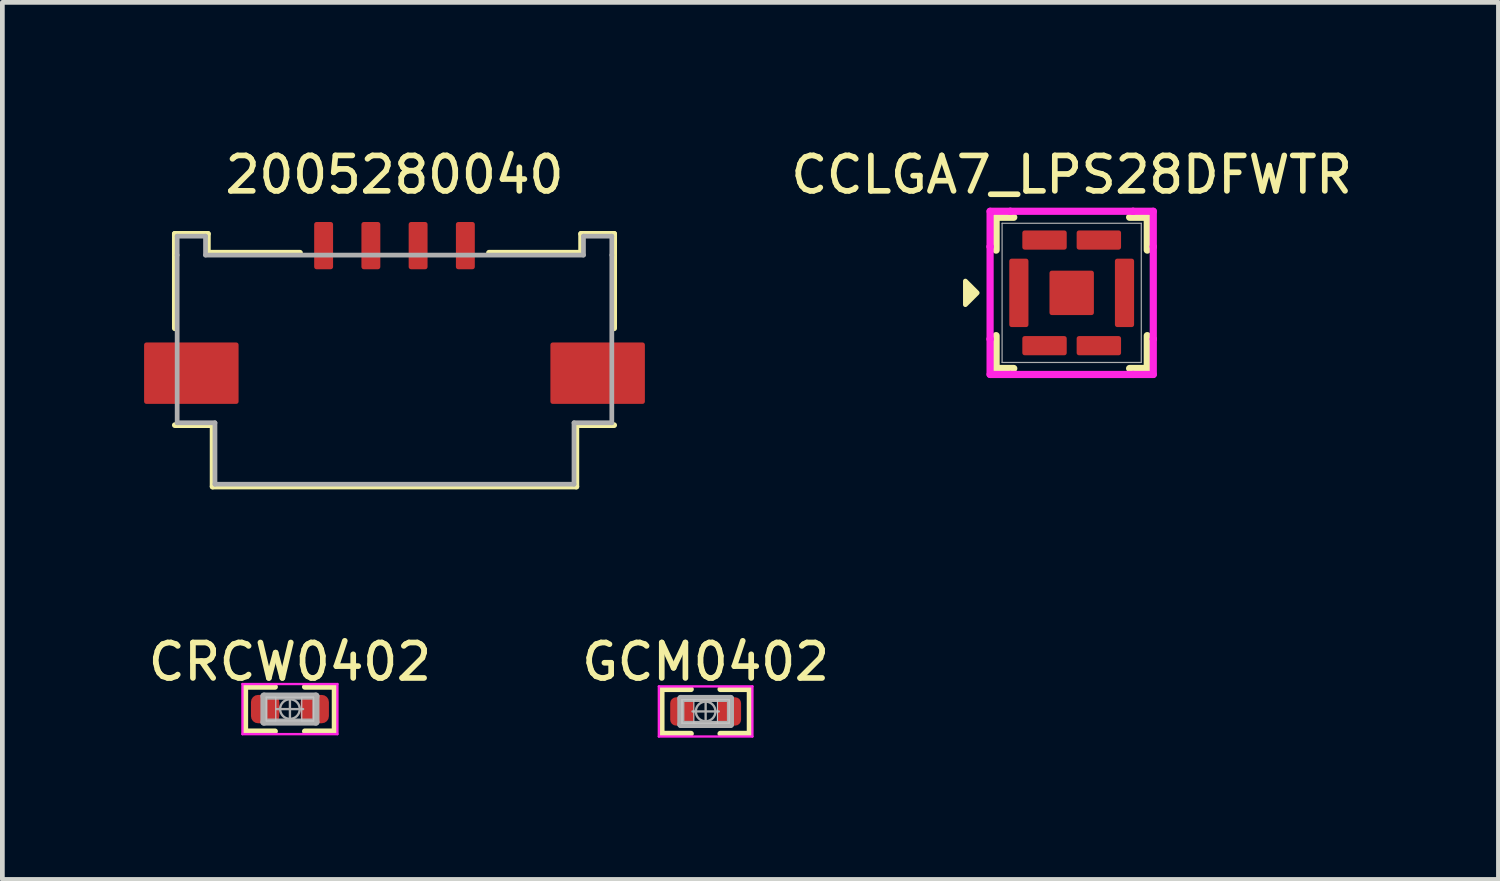
<source format=kicad_pcb>
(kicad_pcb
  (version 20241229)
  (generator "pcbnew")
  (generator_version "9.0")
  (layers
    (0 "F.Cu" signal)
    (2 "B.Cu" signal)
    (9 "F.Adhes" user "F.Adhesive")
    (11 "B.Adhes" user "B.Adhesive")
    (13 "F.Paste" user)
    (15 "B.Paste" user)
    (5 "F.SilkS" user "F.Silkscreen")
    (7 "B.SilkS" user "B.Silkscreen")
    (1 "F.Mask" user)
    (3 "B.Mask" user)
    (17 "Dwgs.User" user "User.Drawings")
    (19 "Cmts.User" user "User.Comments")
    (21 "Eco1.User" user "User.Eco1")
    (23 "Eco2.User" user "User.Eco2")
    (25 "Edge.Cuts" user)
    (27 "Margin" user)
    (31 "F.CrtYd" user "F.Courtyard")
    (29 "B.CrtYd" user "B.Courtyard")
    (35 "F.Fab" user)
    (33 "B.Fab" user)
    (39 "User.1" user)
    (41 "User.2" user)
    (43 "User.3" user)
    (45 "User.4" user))
  (footprint "CCLGA7_LPS28DFWTR"
    (layer "F.Cu")
    (at 19.634 3.149)
    (property "Reference" "CCLGA7_LPS28DFWTR" (at 0 -2.5 0) (unlocked yes) (layer "F.SilkS") (effects (font (size 0.75 0.75) (thickness 0.12))))
    (attr smd)
    (fp_line (start -1.6 -1.6) (end -1.6 -0.905) (stroke (width 0.152) (type solid)) (layer "F.SilkS"))
    (fp_line (start -1.6 0.905) (end -1.6 1.6) (stroke (width 0.152) (type solid)) (layer "F.SilkS"))
    (fp_line (start -1.6 1.6) (end -1.226 1.6) (stroke (width 0.152) (type solid)) (layer "F.SilkS"))
    (fp_line (start -1.226 -1.6) (end -1.6 -1.6) (stroke (width 0.152) (type solid)) (layer "F.SilkS"))
    (fp_line (start 1.226 1.6) (end 1.6 1.6) (stroke (width 0.152) (type solid)) (layer "F.SilkS"))
    (fp_line (start 1.6 -1.6) (end 1.226 -1.6) (stroke (width 0.152) (type solid)) (layer "F.SilkS"))
    (fp_line (start 1.6 -0.905) (end 1.6 -1.6) (stroke (width 0.152) (type solid)) (layer "F.SilkS"))
    (fp_line (start 1.6 1.6) (end 1.6 0.905) (stroke (width 0.152) (type solid)) (layer "F.SilkS"))
    (fp_poly (pts (xy -2 0) (xy -2.25 0.25) (xy -2.25 -0.25)) (stroke (width 0.1) (type solid)) (fill yes) (layer "F.SilkS"))
    (fp_line (start -1.727 -1.727) (end -1.299 -1.727) (stroke (width 0.152) (type solid)) (layer "F.CrtYd"))
    (fp_line (start -1.727 -0.978) (end -1.727 -1.727) (stroke (width 0.152) (type solid)) (layer "F.CrtYd"))
    (fp_line (start -1.727 -0.978) (end -1.727 -0.978) (stroke (width 0.152) (type solid)) (layer "F.CrtYd"))
    (fp_line (start -1.727 0.978) (end -1.727 -0.978) (stroke (width 0.152) (type solid)) (layer "F.CrtYd"))
    (fp_line (start -1.727 0.978) (end -1.727 0.978) (stroke (width 0.152) (type solid)) (layer "F.CrtYd"))
    (fp_line (start -1.727 1.727) (end -1.727 0.978) (stroke (width 0.152) (type solid)) (layer "F.CrtYd"))
    (fp_line (start -1.727 1.727) (end -1.299 1.727) (stroke (width 0.152) (type solid)) (layer "F.CrtYd"))
    (fp_line (start -1.299 -1.727) (end -1.299 -1.727) (stroke (width 0.152) (type solid)) (layer "F.CrtYd"))
    (fp_line (start -1.299 -1.727) (end 1.299 -1.727) (stroke (width 0.152) (type solid)) (layer "F.CrtYd"))
    (fp_line (start -1.299 1.727) (end -1.299 1.727) (stroke (width 0.152) (type solid)) (layer "F.CrtYd"))
    (fp_line (start -1.299 1.727) (end 1.299 1.727) (stroke (width 0.152) (type solid)) (layer "F.CrtYd"))
    (fp_line (start 1.299 -1.727) (end 1.299 -1.727) (stroke (width 0.152) (type solid)) (layer "F.CrtYd"))
    (fp_line (start 1.299 -1.727) (end 1.727 -1.727) (stroke (width 0.152) (type solid)) (layer "F.CrtYd"))
    (fp_line (start 1.299 1.727) (end 1.299 1.727) (stroke (width 0.152) (type solid)) (layer "F.CrtYd"))
    (fp_line (start 1.299 1.727) (end 1.727 1.727) (stroke (width 0.152) (type solid)) (layer "F.CrtYd"))
    (fp_line (start 1.727 -0.978) (end 1.727 -1.727) (stroke (width 0.152) (type solid)) (layer "F.CrtYd"))
    (fp_line (start 1.727 -0.978) (end 1.727 -0.978) (stroke (width 0.152) (type solid)) (layer "F.CrtYd"))
    (fp_line (start 1.727 0.978) (end 1.727 -0.978) (stroke (width 0.152) (type solid)) (layer "F.CrtYd"))
    (fp_line (start 1.727 0.978) (end 1.727 0.978) (stroke (width 0.152) (type solid)) (layer "F.CrtYd"))
    (fp_line (start 1.727 1.727) (end 1.727 0.978) (stroke (width 0.152) (type solid)) (layer "F.CrtYd"))
    (fp_line (start -1.473 -1.473) (end -1.473 1.473) (stroke (width 0.025) (type solid)) (layer "F.Fab"))
    (fp_line (start -1.473 1.473) (end 1.473 1.473) (stroke (width 0.025) (type solid)) (layer "F.Fab"))
    (fp_line (start 1.473 -1.473) (end -1.473 -1.473) (stroke (width 0.025) (type solid)) (layer "F.Fab"))
    (fp_line (start 1.473 1.473) (end 1.473 -1.473) (stroke (width 0.025) (type solid)) (layer "F.Fab"))
    (pad "1" smd roundrect (at -1.118 0 90) (size 1.448 0.406) (layers "F.Cu" "F.Mask" "F.Paste") (roundrect_rratio 0.123))
    (pad "2" smd roundrect (at -0.575 1.118) (size 0.94 0.406) (layers "F.Cu" "F.Mask" "F.Paste") (roundrect_rratio 0.123))
    (pad "3" smd roundrect (at 0.575 1.118) (size 0.94 0.406) (layers "F.Cu" "F.Mask" "F.Paste") (roundrect_rratio 0.123))
    (pad "4" smd roundrect (at 1.118 0 90) (size 1.448 0.406) (layers "F.Cu" "F.Mask" "F.Paste") (roundrect_rratio 0.123))
    (pad "5" smd roundrect (at 0.575 -1.118) (size 0.94 0.406) (layers "F.Cu" "F.Mask" "F.Paste") (roundrect_rratio 0.123))
    (pad "6" smd roundrect (at -0.575 -1.118) (size 0.94 0.406) (layers "F.Cu" "F.Mask" "F.Paste") (roundrect_rratio 0.123))
    (pad "7" smd roundrect (at 0 0) (size 0.94 0.94) (layers "F.Cu" "F.Mask" "F.Paste") (roundrect_rratio 0.053)))
  (footprint "2005280040"
    (layer "F.Cu")
    (at 5.3 2.149)
    (property "Reference" "2005280040" (at 0 -1.5 0) (unlocked yes) (layer "F.SilkS") (effects (font (size 0.75 0.75) (thickness 0.12))))
    (attr smd)
    (fp_line (start -4.65 -0.25) (end -4.65 1.75) (stroke (width 0.12) (type solid)) (layer "F.SilkS"))
    (fp_line (start -4.65 -0.25) (end -3.95 -0.25) (stroke (width 0.12) (type solid)) (layer "F.SilkS"))
    (fp_line (start -4.65 3.8) (end -3.85 3.8) (stroke (width 0.12) (type solid)) (layer "F.SilkS"))
    (fp_line (start -3.95 -0.25) (end -3.95 0.15) (stroke (width 0.12) (type solid)) (layer "F.SilkS"))
    (fp_line (start -3.95 0.15) (end -2 0.15) (stroke (width 0.12) (type solid)) (layer "F.SilkS"))
    (fp_line (start -3.85 3.8) (end -3.85 5.1) (stroke (width 0.12) (type solid)) (layer "F.SilkS"))
    (fp_line (start -3.85 5.1) (end 3.85 5.1) (stroke (width 0.12) (type solid)) (layer "F.SilkS"))
    (fp_line (start 2 0.15) (end 3.95 0.15) (stroke (width 0.12) (type solid)) (layer "F.SilkS"))
    (fp_line (start 3.85 3.8) (end 4.65 3.8) (stroke (width 0.12) (type solid)) (layer "F.SilkS"))
    (fp_line (start 3.85 5.1) (end 3.85 3.8) (stroke (width 0.12) (type solid)) (layer "F.SilkS"))
    (fp_line (start 3.95 -0.25) (end 4.65 -0.25) (stroke (width 0.12) (type solid)) (layer "F.SilkS"))
    (fp_line (start 3.95 0.15) (end 3.95 -0.25) (stroke (width 0.12) (type solid)) (layer "F.SilkS"))
    (fp_line (start 4.65 -0.25) (end 4.65 1.75) (stroke (width 0.12) (type solid)) (layer "F.SilkS"))
    (fp_line (start -4.6 -0.2) (end -4.6 0.2) (stroke (width 0.1) (type default)) (layer "F.Fab"))
    (fp_line (start -4.6 0.2) (end -4.6 3.75) (stroke (width 0.1) (type solid)) (layer "F.Fab"))
    (fp_line (start -4.6 3.75) (end -3.8 3.75) (stroke (width 0.1) (type default)) (layer "F.Fab"))
    (fp_line (start -4 -0.2) (end -4.6 -0.2) (stroke (width 0.1) (type default)) (layer "F.Fab"))
    (fp_line (start -4 0.2) (end -4 -0.2) (stroke (width 0.1) (type default)) (layer "F.Fab"))
    (fp_line (start -3.8 3.75) (end -3.8 5.05) (stroke (width 0.1) (type default)) (layer "F.Fab"))
    (fp_line (start 3.8 3.75) (end 3.8 5.05) (stroke (width 0.1) (type default)) (layer "F.Fab"))
    (fp_line (start 3.8 5.05) (end -3.8 5.05) (stroke (width 0.1) (type default)) (layer "F.Fab"))
    (fp_line (start 4 -0.2) (end 4 0.2) (stroke (width 0.1) (type default)) (layer "F.Fab"))
    (fp_line (start 4 0.2) (end -4 0.2) (stroke (width 0.1) (type default)) (layer "F.Fab"))
    (fp_line (start 4.6 -0.2) (end 4 -0.2) (stroke (width 0.1) (type default)) (layer "F.Fab"))
    (fp_line (start 4.6 0.2) (end 4.6 -0.2) (stroke (width 0.1) (type default)) (layer "F.Fab"))
    (fp_line (start 4.6 0.2) (end 4.6 3.75) (stroke (width 0.1) (type solid)) (layer "F.Fab"))
    (fp_line (start 4.6 3.75) (end 3.8 3.75) (stroke (width 0.1) (type default)) (layer "F.Fab"))
    (pad "" smd roundrect (at -4.3 2.7) (size 2 1.3) (layers "F.Cu" "F.Mask" "F.Paste") (roundrect_rratio 0.038))
    (pad "" smd roundrect (at 4.3 2.7) (size 2 1.3) (layers "F.Cu" "F.Mask" "F.Paste") (roundrect_rratio 0.038))
    (pad "1" smd roundrect (at -1.5 0) (size 0.4 1) (layers "F.Cu" "F.Mask" "F.Paste") (roundrect_rratio 0.125))
    (pad "2" smd roundrect (at -0.5 0) (size 0.4 1) (layers "F.Cu" "F.Mask" "F.Paste") (roundrect_rratio 0.125))
    (pad "3" smd roundrect (at 0.5 0) (size 0.4 1) (layers "F.Cu" "F.Mask" "F.Paste") (roundrect_rratio 0.125))
    (pad "4" smd roundrect (at 1.5 0) (size 0.4 1) (layers "F.Cu" "F.Mask" "F.Paste") (roundrect_rratio 0.125)))
  (footprint "CRCW0402"
    (layer "F.Cu")
    (at 3.087 11.959)
    (property "Reference" "CRCW0402" (at 0 -1 0) (layer "F.SilkS") (effects (font (size 0.75 0.75) (thickness 0.12))))
    (attr smd)
    (fp_line (start -0.945 -0.47) (end -0.315 -0.47) (stroke (width 0.12) (type solid)) (layer "F.SilkS"))
    (fp_line (start -0.945 0.47) (end -0.945 -0.47) (stroke (width 0.12) (type solid)) (layer "F.SilkS"))
    (fp_line (start -0.315 0.47) (end -0.945 0.47) (stroke (width 0.12) (type solid)) (layer "F.SilkS"))
    (fp_line (start 0.315 0.47) (end 0.945 0.47) (stroke (width 0.12) (type solid)) (layer "F.SilkS"))
    (fp_line (start 0.945 -0.47) (end 0.315 -0.47) (stroke (width 0.12) (type solid)) (layer "F.SilkS"))
    (fp_line (start 0.945 0.47) (end 0.945 -0.47) (stroke (width 0.12) (type solid)) (layer "F.SilkS"))
    (fp_line (start -0.5 -0.25) (end -0.3 -0.25) (stroke (width 0.025) (type solid)) (layer "Dwgs.User"))
    (fp_line (start -0.5 -0.25) (end 0.5 -0.25) (stroke (width 0.025) (type solid)) (layer "Dwgs.User"))
    (fp_line (start -0.5 0.25) (end -0.5 -0.25) (stroke (width 0.025) (type solid)) (layer "Dwgs.User"))
    (fp_line (start -0.5 0.25) (end -0.5 -0.25) (stroke (width 0.025) (type solid)) (layer "Dwgs.User"))
    (fp_line (start -0.3 -0.25) (end -0.3 0.25) (stroke (width 0.025) (type solid)) (layer "Dwgs.User"))
    (fp_line (start -0.3 0.25) (end -0.5 0.25) (stroke (width 0.025) (type solid)) (layer "Dwgs.User"))
    (fp_line (start 0.25 -0.25) (end 0.5 -0.25) (stroke (width 0.025) (type solid)) (layer "Dwgs.User"))
    (fp_line (start 0.25 0.25) (end 0.25 -0.25) (stroke (width 0.025) (type solid)) (layer "Dwgs.User"))
    (fp_line (start 0.5 -0.25) (end 0.5 0.25) (stroke (width 0.025) (type solid)) (layer "Dwgs.User"))
    (fp_line (start 0.5 -0.25) (end 0.5 0.25) (stroke (width 0.025) (type solid)) (layer "Dwgs.User"))
    (fp_line (start 0.5 0.25) (end -0.5 0.25) (stroke (width 0.025) (type solid)) (layer "Dwgs.User"))
    (fp_line (start 0.5 0.25) (end 0.25 0.25) (stroke (width 0.025) (type solid)) (layer "Dwgs.User"))
    (fp_line (start -1.005 -0.53) (end 1.005 -0.53) (stroke (width 0.05) (type solid)) (layer "F.CrtYd"))
    (fp_line (start -1.005 0.53) (end -1.005 -0.53) (stroke (width 0.05) (type solid)) (layer "F.CrtYd"))
    (fp_line (start 1.005 -0.53) (end 1.005 0.53) (stroke (width 0.05) (type solid)) (layer "F.CrtYd"))
    (fp_line (start 1.005 0.53) (end -1.005 0.53) (stroke (width 0.05) (type solid)) (layer "F.CrtYd"))
    (fp_line (start -0.55 -0.275) (end 0.55 -0.275) (stroke (width 0.15) (type solid)) (layer "F.Fab"))
    (fp_line (start -0.55 0.275) (end -0.55 -0.275) (stroke (width 0.15) (type solid)) (layer "F.Fab"))
    (fp_line (start 0 -0.278) (end 0 0.278) (stroke (width 0.05) (type solid)) (layer "F.Fab"))
    (fp_line (start 0.278 0) (end -0.278 0) (stroke (width 0.05) (type solid)) (layer "F.Fab"))
    (fp_line (start 0.55 -0.275) (end 0.55 0.275) (stroke (width 0.15) (type solid)) (layer "F.Fab"))
    (fp_line (start 0.55 0.275) (end -0.55 0.275) (stroke (width 0.15) (type solid)) (layer "F.Fab"))
    (fp_circle (center 0 0) (end 0.208 0) (stroke (width 0.05) (type solid)) (fill no) (layer "F.Fab"))
    (pad "1" smd roundrect (at -0.525 0) (size 0.6 0.6) (layers "F.Cu" "F.Mask" "F.Paste") (roundrect_rratio 0.25))
    (pad "2" smd roundrect (at 0.525 0) (size 0.6 0.6) (layers "F.Cu" "F.Mask" "F.Paste") (roundrect_rratio 0.25)))
  (footprint "GCM0402"
    (layer "F.Cu")
    (at 11.886 12.009)
    (property "Reference" "GCM0402" (at 0 -1.05 0) (layer "F.SilkS") (effects (font (size 0.75 0.75) (thickness 0.12))))
    (attr smd)
    (fp_line (start -0.93 -0.47) (end -0.31 -0.47) (stroke (width 0.12) (type solid)) (layer "F.SilkS"))
    (fp_line (start -0.93 0.47) (end -0.93 -0.47) (stroke (width 0.12) (type solid)) (layer "F.SilkS"))
    (fp_line (start -0.31 0.47) (end -0.93 0.47) (stroke (width 0.12) (type solid)) (layer "F.SilkS"))
    (fp_line (start 0.31 0.47) (end 0.93 0.47) (stroke (width 0.12) (type solid)) (layer "F.SilkS"))
    (fp_line (start 0.93 -0.47) (end 0.31 -0.47) (stroke (width 0.12) (type solid)) (layer "F.SilkS"))
    (fp_line (start 0.93 0.47) (end 0.93 -0.47) (stroke (width 0.12) (type solid)) (layer "F.SilkS"))
    (fp_line (start -0.5 -0.25) (end -0.2 -0.25) (stroke (width 0.025) (type solid)) (layer "Dwgs.User"))
    (fp_line (start -0.5 -0.25) (end 0.5 -0.25) (stroke (width 0.025) (type solid)) (layer "Dwgs.User"))
    (fp_line (start -0.5 0.25) (end -0.5 -0.25) (stroke (width 0.025) (type solid)) (layer "Dwgs.User"))
    (fp_line (start -0.5 0.25) (end -0.5 -0.25) (stroke (width 0.025) (type solid)) (layer "Dwgs.User"))
    (fp_line (start -0.25 -0.25) (end -0.25 0.25) (stroke (width 0.025) (type solid)) (layer "Dwgs.User"))
    (fp_line (start -0.2 0.25) (end -0.5 0.25) (stroke (width 0.025) (type solid)) (layer "Dwgs.User"))
    (fp_line (start 0.2 -0.25) (end 0.5 -0.25) (stroke (width 0.025) (type solid)) (layer "Dwgs.User"))
    (fp_line (start 0.25 0.25) (end 0.25 -0.25) (stroke (width 0.025) (type solid)) (layer "Dwgs.User"))
    (fp_line (start 0.5 -0.25) (end 0.5 0.25) (stroke (width 0.025) (type solid)) (layer "Dwgs.User"))
    (fp_line (start 0.5 -0.25) (end 0.5 0.25) (stroke (width 0.025) (type solid)) (layer "Dwgs.User"))
    (fp_line (start 0.5 0.25) (end -0.5 0.25) (stroke (width 0.025) (type solid)) (layer "Dwgs.User"))
    (fp_line (start 0.5 0.25) (end 0.2 0.25) (stroke (width 0.025) (type solid)) (layer "Dwgs.User"))
    (fp_line (start -0.99 -0.53) (end 0.99 -0.53) (stroke (width 0.05) (type solid)) (layer "F.CrtYd"))
    (fp_line (start -0.99 0.53) (end -0.99 -0.53) (stroke (width 0.05) (type solid)) (layer "F.CrtYd"))
    (fp_line (start 0.99 -0.53) (end 0.99 0.53) (stroke (width 0.05) (type solid)) (layer "F.CrtYd"))
    (fp_line (start 0.99 0.53) (end -0.99 0.53) (stroke (width 0.05) (type solid)) (layer "F.CrtYd"))
    (fp_line (start -0.525 -0.275) (end 0.525 -0.275) (stroke (width 0.15) (type solid)) (layer "F.Fab"))
    (fp_line (start -0.525 0.275) (end -0.525 -0.275) (stroke (width 0.15) (type solid)) (layer "F.Fab"))
    (fp_line (start 0 -0.278) (end 0 0.278) (stroke (width 0.05) (type solid)) (layer "F.Fab"))
    (fp_line (start 0.278 0) (end -0.278 0) (stroke (width 0.05) (type solid)) (layer "F.Fab"))
    (fp_line (start 0.525 -0.275) (end 0.525 0.275) (stroke (width 0.15) (type solid)) (layer "F.Fab"))
    (fp_line (start 0.525 0.275) (end -0.525 0.275) (stroke (width 0.15) (type solid)) (layer "F.Fab"))
    (fp_circle (center 0 0) (end 0.208 0) (stroke (width 0.05) (type solid)) (fill no) (layer "F.Fab"))
    (pad "1" smd roundrect (at -0.5 0) (size 0.5 0.6) (layers "F.Cu" "F.Mask" "F.Paste") (roundrect_rratio 0.25))
    (pad "2" smd roundrect (at 0.5 0) (size 0.5 0.6) (layers "F.Cu" "F.Mask" "F.Paste") (roundrect_rratio 0.25)))
  (gr_rect
    (start -3 -3)
    (end 28.667 15.564)
    (stroke (width 0.1) (type default))
    (fill no)
    (layer "Edge.Cuts")))
</source>
